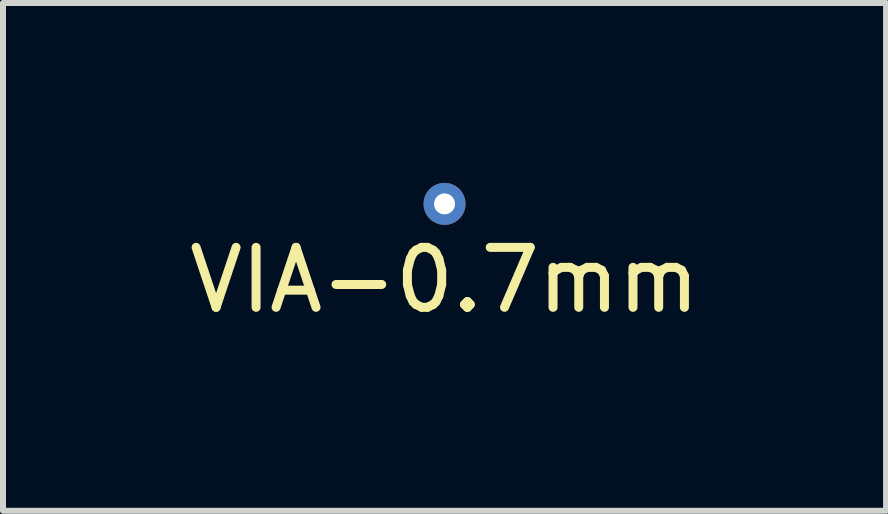
<source format=kicad_pcb>
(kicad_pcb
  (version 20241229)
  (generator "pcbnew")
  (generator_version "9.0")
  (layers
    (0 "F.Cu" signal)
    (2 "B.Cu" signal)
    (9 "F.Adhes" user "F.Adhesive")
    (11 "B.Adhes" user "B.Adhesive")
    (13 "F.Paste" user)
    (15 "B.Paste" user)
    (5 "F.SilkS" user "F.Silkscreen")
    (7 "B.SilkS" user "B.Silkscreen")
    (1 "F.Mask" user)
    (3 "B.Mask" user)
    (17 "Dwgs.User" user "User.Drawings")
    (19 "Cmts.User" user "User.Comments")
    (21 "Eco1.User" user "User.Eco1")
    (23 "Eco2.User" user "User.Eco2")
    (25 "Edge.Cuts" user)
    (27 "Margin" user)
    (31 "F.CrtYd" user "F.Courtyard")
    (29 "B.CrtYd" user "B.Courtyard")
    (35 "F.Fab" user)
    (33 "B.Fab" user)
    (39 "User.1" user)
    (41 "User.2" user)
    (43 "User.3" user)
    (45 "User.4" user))
  (footprint "VIA-0.7mm"
    (layer "F.Cu")
    (at 4.363 0.35)
    (property "Reference" "VIA-0.7mm" (at 0 1.27 0) (layer "F.SilkS") (effects (font (size 1 1) (thickness 0.15))))
    (attr through_hole)
    (pad "1" thru_hole circle (at 0 0) (size 0.7 0.7) (drill 0.35) (layers "*.Cu")))
  (gr_rect
    (start -3 -3)
    (end 11.726 5.468)
    (stroke (width 0.1) (type default))
    (fill no)
    (layer "Edge.Cuts")))
</source>
